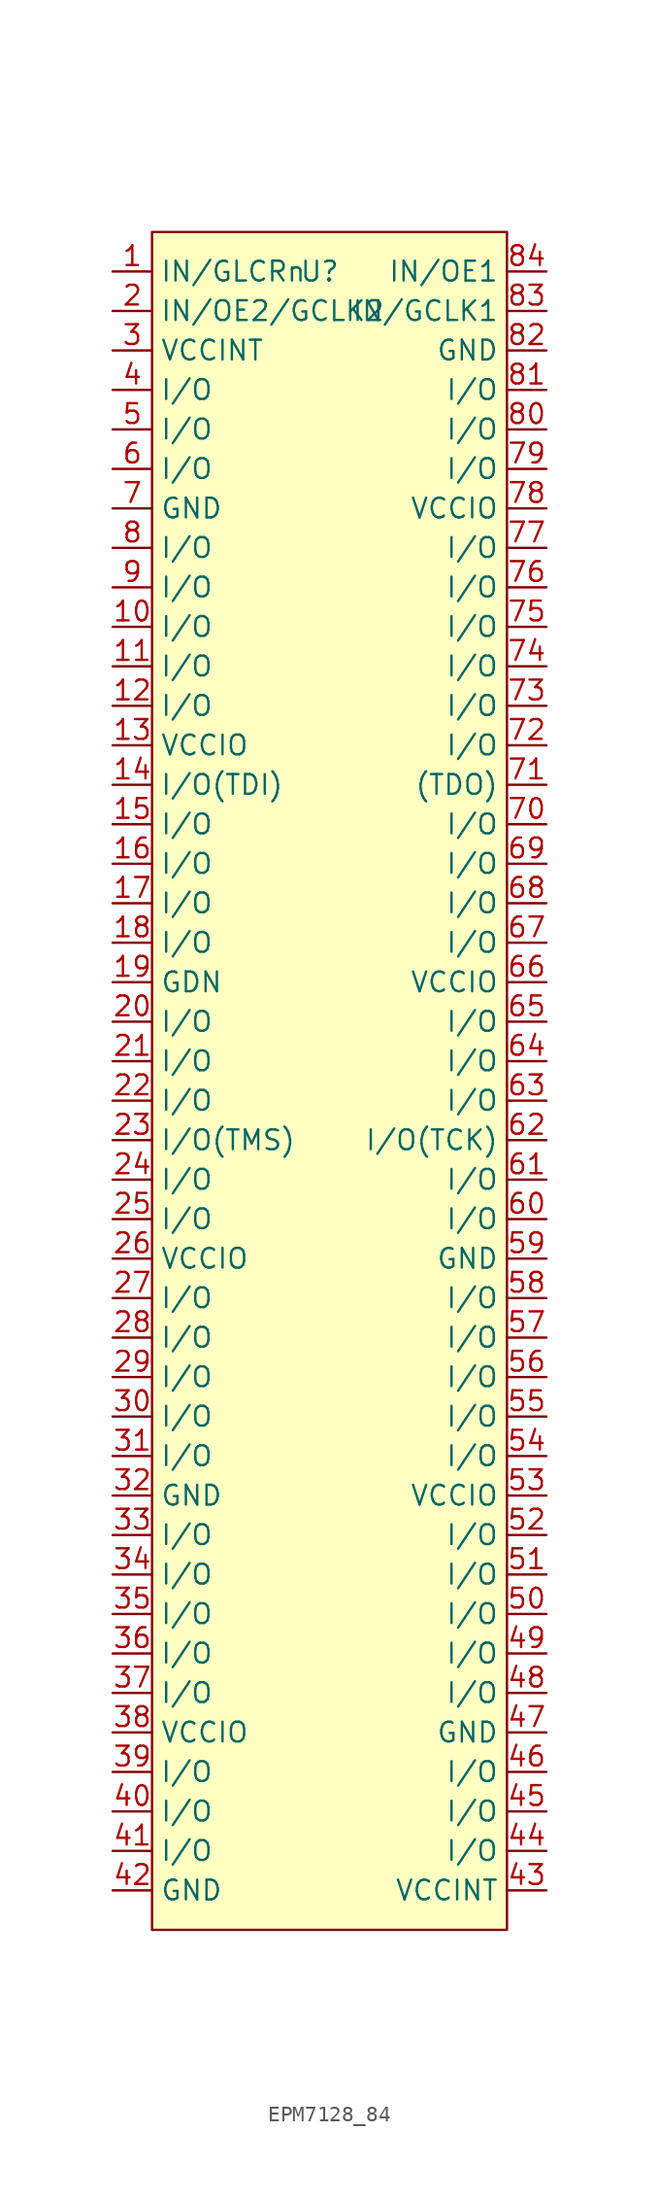
<source format=kicad_sym>
(kicad_symbol_lib
  (version 20231120)
  (generator "kicad_symbol_editor")
  (generator_version "8.0")
  (symbol "EPM7128_84"
    (property "Reference" "U"
      (at -0.635 50.8 0)
      (effects (font (size 1.27 1.27))))
    (property "Value" ""
      (at -1.27 44.45 0)
      (effects (font (size 1.27 1.27))))
    (symbol "EPM7128_84_1_1"
      (rectangle (start -11.43 53.34) (end 11.43 -55.88) (stroke (width 0) (type default)) (fill (type background)))
      (pin input line (at -13.97 50.8 0) (length 2.54) (name "IN/GLCRn" (effects (font (size 1.27 1.27)))) (number "1" (effects (font (size 1.27 1.27)))))
      (pin bidirectional line (at -13.97 27.94 0) (length 2.54) (name "I/O" (effects (font (size 1.27 1.27)))) (number "10" (effects (font (size 1.27 1.27)))))
      (pin bidirectional line (at -13.97 25.4 0) (length 2.54) (name "I/O" (effects (font (size 1.27 1.27)))) (number "11" (effects (font (size 1.27 1.27)))))
      (pin bidirectional line (at -13.97 22.86 0) (length 2.54) (name "I/O" (effects (font (size 1.27 1.27)))) (number "12" (effects (font (size 1.27 1.27)))))
      (pin power_in line (at -13.97 20.32 0) (length 2.54) (name "VCCIO" (effects (font (size 1.27 1.27)))) (number "13" (effects (font (size 1.27 1.27)))))
      (pin bidirectional line (at -13.97 17.78 0) (length 2.54) (name "I/O(TDI)" (effects (font (size 1.27 1.27)))) (number "14" (effects (font (size 1.27 1.27)))))
      (pin bidirectional line (at -13.97 15.24 0) (length 2.54) (name "I/O" (effects (font (size 1.27 1.27)))) (number "15" (effects (font (size 1.27 1.27)))))
      (pin bidirectional line (at -13.97 12.7 0) (length 2.54) (name "I/O" (effects (font (size 1.27 1.27)))) (number "16" (effects (font (size 1.27 1.27)))))
      (pin bidirectional line (at -13.97 10.16 0) (length 2.54) (name "I/O" (effects (font (size 1.27 1.27)))) (number "17" (effects (font (size 1.27 1.27)))))
      (pin bidirectional line (at -13.97 7.62 0) (length 2.54) (name "I/O" (effects (font (size 1.27 1.27)))) (number "18" (effects (font (size 1.27 1.27)))))
      (pin power_in line (at -13.97 5.08 0) (length 2.54) (name "GDN" (effects (font (size 1.27 1.27)))) (number "19" (effects (font (size 1.27 1.27)))))
      (pin input line (at -13.97 48.26 0) (length 2.54) (name "IN/OE2/GCLK2" (effects (font (size 1.27 1.27)))) (number "2" (effects (font (size 1.27 1.27)))))
      (pin bidirectional line (at -13.97 2.54 0) (length 2.54) (name "I/O" (effects (font (size 1.27 1.27)))) (number "20" (effects (font (size 1.27 1.27)))))
      (pin bidirectional line (at -13.97 0 0) (length 2.54) (name "I/O" (effects (font (size 1.27 1.27)))) (number "21" (effects (font (size 1.27 1.27)))))
      (pin bidirectional line (at -13.97 -2.54 0) (length 2.54) (name "I/O" (effects (font (size 1.27 1.27)))) (number "22" (effects (font (size 1.27 1.27)))))
      (pin bidirectional line (at -13.97 -5.08 0) (length 2.54) (name "I/O(TMS)" (effects (font (size 1.27 1.27)))) (number "23" (effects (font (size 1.27 1.27)))))
      (pin bidirectional line (at -13.97 -7.62 0) (length 2.54) (name "I/O" (effects (font (size 1.27 1.27)))) (number "24" (effects (font (size 1.27 1.27)))))
      (pin bidirectional line (at -13.97 -10.16 0) (length 2.54) (name "I/O" (effects (font (size 1.27 1.27)))) (number "25" (effects (font (size 1.27 1.27)))))
      (pin power_in line (at -13.97 -12.7 0) (length 2.54) (name "VCCIO" (effects (font (size 1.27 1.27)))) (number "26" (effects (font (size 1.27 1.27)))))
      (pin bidirectional line (at -13.97 -15.24 0) (length 2.54) (name "I/O" (effects (font (size 1.27 1.27)))) (number "27" (effects (font (size 1.27 1.27)))))
      (pin bidirectional line (at -13.97 -17.78 0) (length 2.54) (name "I/O" (effects (font (size 1.27 1.27)))) (number "28" (effects (font (size 1.27 1.27)))))
      (pin bidirectional line (at -13.97 -20.32 0) (length 2.54) (name "I/O" (effects (font (size 1.27 1.27)))) (number "29" (effects (font (size 1.27 1.27)))))
      (pin power_in line (at -13.97 45.72 0) (length 2.54) (name "VCCINT" (effects (font (size 1.27 1.27)))) (number "3" (effects (font (size 1.27 1.27)))))
      (pin bidirectional line (at -13.97 -22.86 0) (length 2.54) (name "I/O" (effects (font (size 1.27 1.27)))) (number "30" (effects (font (size 1.27 1.27)))))
      (pin bidirectional line (at -13.97 -25.4 0) (length 2.54) (name "I/O" (effects (font (size 1.27 1.27)))) (number "31" (effects (font (size 1.27 1.27)))))
      (pin power_in line (at -13.97 -27.94 0) (length 2.54) (name "GND" (effects (font (size 1.27 1.27)))) (number "32" (effects (font (size 1.27 1.27)))))
      (pin bidirectional line (at -13.97 -30.48 0) (length 2.54) (name "I/O" (effects (font (size 1.27 1.27)))) (number "33" (effects (font (size 1.27 1.27)))))
      (pin bidirectional line (at -13.97 -33.02 0) (length 2.54) (name "I/O" (effects (font (size 1.27 1.27)))) (number "34" (effects (font (size 1.27 1.27)))))
      (pin bidirectional line (at -13.97 -35.56 0) (length 2.54) (name "I/O" (effects (font (size 1.27 1.27)))) (number "35" (effects (font (size 1.27 1.27)))))
      (pin bidirectional line (at -13.97 -38.1 0) (length 2.54) (name "I/O" (effects (font (size 1.27 1.27)))) (number "36" (effects (font (size 1.27 1.27)))))
      (pin bidirectional line (at -13.97 -40.64 0) (length 2.54) (name "I/O" (effects (font (size 1.27 1.27)))) (number "37" (effects (font (size 1.27 1.27)))))
      (pin power_in line (at -13.97 -43.18 0) (length 2.54) (name "VCCIO" (effects (font (size 1.27 1.27)))) (number "38" (effects (font (size 1.27 1.27)))))
      (pin bidirectional line (at -13.97 -45.72 0) (length 2.54) (name "I/O" (effects (font (size 1.27 1.27)))) (number "39" (effects (font (size 1.27 1.27)))))
      (pin bidirectional line (at -13.97 43.18 0) (length 2.54) (name "I/O" (effects (font (size 1.27 1.27)))) (number "4" (effects (font (size 1.27 1.27)))))
      (pin bidirectional line (at -13.97 -48.26 0) (length 2.54) (name "I/O" (effects (font (size 1.27 1.27)))) (number "40" (effects (font (size 1.27 1.27)))))
      (pin bidirectional line (at -13.97 -50.8 0) (length 2.54) (name "I/O" (effects (font (size 1.27 1.27)))) (number "41" (effects (font (size 1.27 1.27)))))
      (pin power_in line (at -13.97 -53.34 0) (length 2.54) (name "GND" (effects (font (size 1.27 1.27)))) (number "42" (effects (font (size 1.27 1.27)))))
      (pin power_in line (at 13.97 -53.34 180) (length 2.54) (name "VCCINT" (effects (font (size 1.27 1.27)))) (number "43" (effects (font (size 1.27 1.27)))))
      (pin bidirectional line (at 13.97 -50.8 180) (length 2.54) (name "I/O" (effects (font (size 1.27 1.27)))) (number "44" (effects (font (size 1.27 1.27)))))
      (pin bidirectional line (at 13.97 -48.26 180) (length 2.54) (name "I/O" (effects (font (size 1.27 1.27)))) (number "45" (effects (font (size 1.27 1.27)))))
      (pin bidirectional line (at 13.97 -45.72 180) (length 2.54) (name "I/O" (effects (font (size 1.27 1.27)))) (number "46" (effects (font (size 1.27 1.27)))))
      (pin power_in line (at 13.97 -43.18 180) (length 2.54) (name "GND" (effects (font (size 1.27 1.27)))) (number "47" (effects (font (size 1.27 1.27)))))
      (pin bidirectional line (at 13.97 -40.64 180) (length 2.54) (name "I/O" (effects (font (size 1.27 1.27)))) (number "48" (effects (font (size 1.27 1.27)))))
      (pin bidirectional line (at 13.97 -38.1 180) (length 2.54) (name "I/O" (effects (font (size 1.27 1.27)))) (number "49" (effects (font (size 1.27 1.27)))))
      (pin bidirectional line (at -13.97 40.64 0) (length 2.54) (name "I/O" (effects (font (size 1.27 1.27)))) (number "5" (effects (font (size 1.27 1.27)))))
      (pin bidirectional line (at 13.97 -35.56 180) (length 2.54) (name "I/O" (effects (font (size 1.27 1.27)))) (number "50" (effects (font (size 1.27 1.27)))))
      (pin bidirectional line (at 13.97 -33.02 180) (length 2.54) (name "I/O" (effects (font (size 1.27 1.27)))) (number "51" (effects (font (size 1.27 1.27)))))
      (pin bidirectional line (at 13.97 -30.48 180) (length 2.54) (name "I/O" (effects (font (size 1.27 1.27)))) (number "52" (effects (font (size 1.27 1.27)))))
      (pin power_in line (at 13.97 -27.94 180) (length 2.54) (name "VCCIO" (effects (font (size 1.27 1.27)))) (number "53" (effects (font (size 1.27 1.27)))))
      (pin bidirectional line (at 13.97 -25.4 180) (length 2.54) (name "I/O" (effects (font (size 1.27 1.27)))) (number "54" (effects (font (size 1.27 1.27)))))
      (pin bidirectional line (at 13.97 -22.86 180) (length 2.54) (name "I/O" (effects (font (size 1.27 1.27)))) (number "55" (effects (font (size 1.27 1.27)))))
      (pin bidirectional line (at 13.97 -20.32 180) (length 2.54) (name "I/O" (effects (font (size 1.27 1.27)))) (number "56" (effects (font (size 1.27 1.27)))))
      (pin bidirectional line (at 13.97 -17.78 180) (length 2.54) (name "I/O" (effects (font (size 1.27 1.27)))) (number "57" (effects (font (size 1.27 1.27)))))
      (pin bidirectional line (at 13.97 -15.24 180) (length 2.54) (name "I/O" (effects (font (size 1.27 1.27)))) (number "58" (effects (font (size 1.27 1.27)))))
      (pin power_in line (at 13.97 -12.7 180) (length 2.54) (name "GND" (effects (font (size 1.27 1.27)))) (number "59" (effects (font (size 1.27 1.27)))))
      (pin bidirectional line (at -13.97 38.1 0) (length 2.54) (name "I/O" (effects (font (size 1.27 1.27)))) (number "6" (effects (font (size 1.27 1.27)))))
      (pin bidirectional line (at 13.97 -10.16 180) (length 2.54) (name "I/O" (effects (font (size 1.27 1.27)))) (number "60" (effects (font (size 1.27 1.27)))))
      (pin bidirectional line (at 13.97 -7.62 180) (length 2.54) (name "I/O" (effects (font (size 1.27 1.27)))) (number "61" (effects (font (size 1.27 1.27)))))
      (pin bidirectional line (at 13.97 -5.08 180) (length 2.54) (name "I/O(TCK)" (effects (font (size 1.27 1.27)))) (number "62" (effects (font (size 1.27 1.27)))))
      (pin bidirectional line (at 13.97 -2.54 180) (length 2.54) (name "I/O" (effects (font (size 1.27 1.27)))) (number "63" (effects (font (size 1.27 1.27)))))
      (pin bidirectional line (at 13.97 0 180) (length 2.54) (name "I/O" (effects (font (size 1.27 1.27)))) (number "64" (effects (font (size 1.27 1.27)))))
      (pin bidirectional line (at 13.97 2.54 180) (length 2.54) (name "I/O" (effects (font (size 1.27 1.27)))) (number "65" (effects (font (size 1.27 1.27)))))
      (pin power_in line (at 13.97 5.08 180) (length 2.54) (name "VCCIO" (effects (font (size 1.27 1.27)))) (number "66" (effects (font (size 1.27 1.27)))))
      (pin bidirectional line (at 13.97 7.62 180) (length 2.54) (name "I/O" (effects (font (size 1.27 1.27)))) (number "67" (effects (font (size 1.27 1.27)))))
      (pin bidirectional line (at 13.97 10.16 180) (length 2.54) (name "I/O" (effects (font (size 1.27 1.27)))) (number "68" (effects (font (size 1.27 1.27)))))
      (pin bidirectional line (at 13.97 12.7 180) (length 2.54) (name "I/O" (effects (font (size 1.27 1.27)))) (number "69" (effects (font (size 1.27 1.27)))))
      (pin power_in line (at -13.97 35.56 0) (length 2.54) (name "GND" (effects (font (size 1.27 1.27)))) (number "7" (effects (font (size 1.27 1.27)))))
      (pin bidirectional line (at 13.97 15.24 180) (length 2.54) (name "I/O" (effects (font (size 1.27 1.27)))) (number "70" (effects (font (size 1.27 1.27)))))
      (pin bidirectional line (at 13.97 17.78 180) (length 2.54) (name "(TDO)" (effects (font (size 1.27 1.27)))) (number "71" (effects (font (size 1.27 1.27)))))
      (pin bidirectional line (at 13.97 20.32 180) (length 2.54) (name "I/O" (effects (font (size 1.27 1.27)))) (number "72" (effects (font (size 1.27 1.27)))))
      (pin bidirectional line (at 13.97 22.86 180) (length 2.54) (name "I/O" (effects (font (size 1.27 1.27)))) (number "73" (effects (font (size 1.27 1.27)))))
      (pin bidirectional line (at 13.97 25.4 180) (length 2.54) (name "I/O" (effects (font (size 1.27 1.27)))) (number "74" (effects (font (size 1.27 1.27)))))
      (pin bidirectional line (at 13.97 27.94 180) (length 2.54) (name "I/O" (effects (font (size 1.27 1.27)))) (number "75" (effects (font (size 1.27 1.27)))))
      (pin bidirectional line (at 13.97 30.48 180) (length 2.54) (name "I/O" (effects (font (size 1.27 1.27)))) (number "76" (effects (font (size 1.27 1.27)))))
      (pin bidirectional line (at 13.97 33.02 180) (length 2.54) (name "I/O" (effects (font (size 1.27 1.27)))) (number "77" (effects (font (size 1.27 1.27)))))
      (pin power_in line (at 13.97 35.56 180) (length 2.54) (name "VCCIO" (effects (font (size 1.27 1.27)))) (number "78" (effects (font (size 1.27 1.27)))))
      (pin bidirectional line (at 13.97 38.1 180) (length 2.54) (name "I/O" (effects (font (size 1.27 1.27)))) (number "79" (effects (font (size 1.27 1.27)))))
      (pin bidirectional line (at -13.97 33.02 0) (length 2.54) (name "I/O" (effects (font (size 1.27 1.27)))) (number "8" (effects (font (size 1.27 1.27)))))
      (pin bidirectional line (at 13.97 40.64 180) (length 2.54) (name "I/O" (effects (font (size 1.27 1.27)))) (number "80" (effects (font (size 1.27 1.27)))))
      (pin bidirectional line (at 13.97 43.18 180) (length 2.54) (name "I/O" (effects (font (size 1.27 1.27)))) (number "81" (effects (font (size 1.27 1.27)))))
      (pin power_in line (at 13.97 45.72 180) (length 2.54) (name "GND" (effects (font (size 1.27 1.27)))) (number "82" (effects (font (size 1.27 1.27)))))
      (pin input line (at 13.97 48.26 180) (length 2.54) (name "IN/GCLK1" (effects (font (size 1.27 1.27)))) (number "83" (effects (font (size 1.27 1.27)))))
      (pin input line (at 13.97 50.8 180) (length 2.54) (name "IN/OE1" (effects (font (size 1.27 1.27)))) (number "84" (effects (font (size 1.27 1.27)))))
      (pin bidirectional line (at -13.97 30.48 0) (length 2.54) (name "I/O" (effects (font (size 1.27 1.27)))) (number "9" (effects (font (size 1.27 1.27))))))))
</source>
